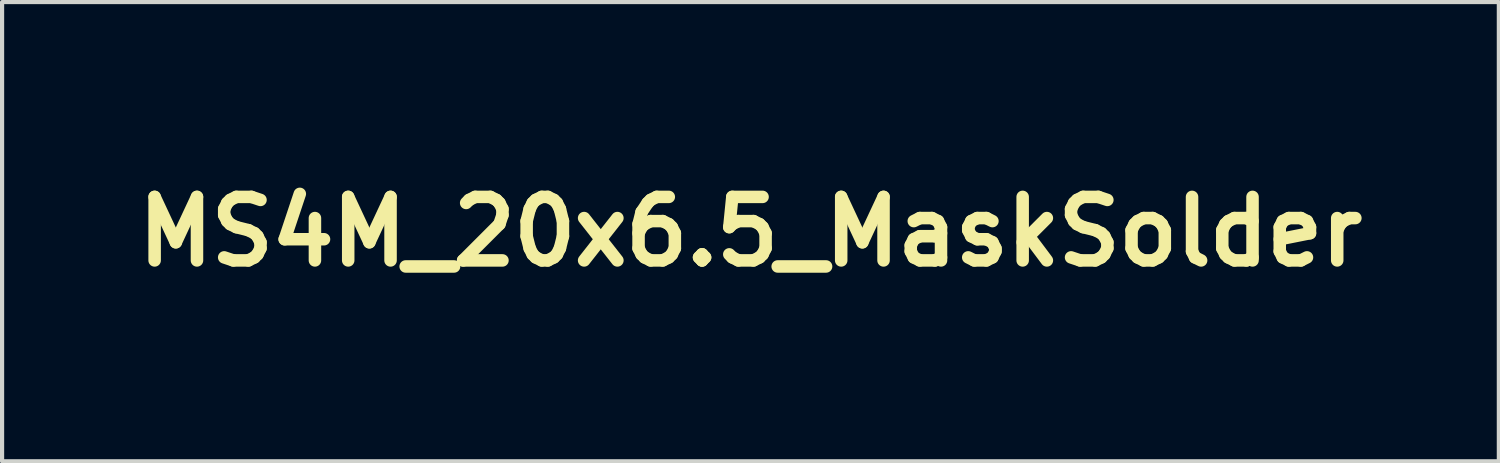
<source format=kicad_pcb>
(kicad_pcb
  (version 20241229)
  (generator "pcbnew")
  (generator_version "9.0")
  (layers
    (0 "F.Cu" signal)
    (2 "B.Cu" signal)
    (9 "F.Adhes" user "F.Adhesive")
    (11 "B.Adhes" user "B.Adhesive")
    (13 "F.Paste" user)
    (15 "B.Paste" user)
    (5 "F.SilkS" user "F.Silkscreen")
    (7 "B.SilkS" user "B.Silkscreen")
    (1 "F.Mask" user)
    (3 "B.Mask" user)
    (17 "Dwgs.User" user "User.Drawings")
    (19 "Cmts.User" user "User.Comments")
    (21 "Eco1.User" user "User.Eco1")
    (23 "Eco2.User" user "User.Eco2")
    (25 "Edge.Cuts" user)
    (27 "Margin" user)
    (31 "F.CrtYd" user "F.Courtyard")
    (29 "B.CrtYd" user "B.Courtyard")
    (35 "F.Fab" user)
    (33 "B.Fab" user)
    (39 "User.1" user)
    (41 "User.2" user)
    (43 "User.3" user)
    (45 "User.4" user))
  (footprint "MS4M_20x6.5_MaskSolder"
    (layer "F.Cu")
    (at 14.957 2.509)
    (property "Reference" "MS4M_20x6.5_MaskSolder" (at 0 0 0) (layer "F.SilkS") (effects (font (size 1.524 1.524) (thickness 0.3))))
    (attr through_hole)
    (fp_poly (pts (xy 6.949 2.494) (xy 6.837 2.494) (xy 6.547 2.134) (xy 6.257 1.774) (xy 6.256 2.134) (xy 6.256 2.494) (xy 6.116 2.494) (xy 6.116 1.524) (xy 6.231 1.524) (xy 6.519 1.883) (xy 6.808 2.241) (xy 6.808 1.883) (xy 6.809 1.524) (xy 6.949 1.524) (xy 6.949 2.494)) (stroke (width 0.01) (type solid)) (fill yes) (layer "F.Mask"))
    (fp_poly (pts (xy 5.875 2.494) (xy 5.807 2.494) (xy 5.786 2.494) (xy 5.768 2.494) (xy 5.753 2.494) (xy 5.743 2.493) (xy 5.737 2.492) (xy 5.737 2.492) (xy 5.736 2.489) (xy 5.736 2.479) (xy 5.736 2.464) (xy 5.736 2.443) (xy 5.736 2.417) (xy 5.735 2.386) (xy 5.735 2.351) (xy 5.735 2.313) (xy 5.735 2.27) (xy 5.735 2.224) (xy 5.735 2.175) (xy 5.735 2.124) (xy 5.735 2.07) (xy 5.735 2.015) (xy 5.735 1.524) (xy 5.875 1.524) (xy 5.875 2.494)) (stroke (width 0.01) (type solid)) (fill yes) (layer "F.Mask"))
    (fp_poly (pts (xy 1.84 1.644) (xy 1.293 1.644) (xy 1.293 1.983) (xy 1.778 1.983) (xy 1.778 2.1) (xy 1.536 2.101) (xy 1.294 2.102) (xy 1.294 2.298) (xy 1.293 2.494) (xy 1.225 2.494) (xy 1.205 2.494) (xy 1.186 2.494) (xy 1.171 2.494) (xy 1.161 2.493) (xy 1.155 2.492) (xy 1.155 2.492) (xy 1.155 2.489) (xy 1.154 2.479) (xy 1.154 2.464) (xy 1.154 2.443) (xy 1.154 2.417) (xy 1.154 2.386) (xy 1.153 2.351) (xy 1.153 2.313) (xy 1.153 2.27) (xy 1.153 2.224) (xy 1.153 2.175) (xy 1.153 2.124) (xy 1.153 2.07) (xy 1.153 2.015) (xy 1.153 1.524) (xy 1.84 1.524) (xy 1.84 1.644)) (stroke (width 0.01) (type solid)) (fill yes) (layer "F.Mask"))
    (fp_poly (pts (xy 3.501 -1.458) (xy 3.502 -1.397) (xy 3.502 -1.338) (xy 3.502 -1.281) (xy 3.502 -1.227) (xy 3.502 -1.175) (xy 3.502 -1.126) (xy 3.502 -1.081) (xy 3.502 -1.039) (xy 3.502 -1.001) (xy 3.502 -0.968) (xy 3.502 -0.939) (xy 3.502 -0.916) (xy 3.501 -0.898) (xy 3.501 -0.885) (xy 3.501 -0.879) (xy 3.501 -0.878) (xy 3.501 -0.877) (xy 3.499 -0.876) (xy 3.496 -0.875) (xy 3.491 -0.875) (xy 3.483 -0.874) (xy 3.473 -0.874) (xy 3.459 -0.873) (xy 3.441 -0.873) (xy 3.419 -0.873) (xy 3.392 -0.873) (xy 3.36 -0.873) (xy 3.322 -0.873) (xy 3.299 -0.873) (xy 3.097 -0.873) (xy 3.097 -2.032) (xy 3.501 -2.032) (xy 3.501 -1.458)) (stroke (width 0.01) (type solid)) (fill yes) (layer "F.Mask"))
    (fp_poly (pts (xy 3.317 -2.502) (xy 3.331 -2.502) (xy 3.342 -2.501) (xy 3.352 -2.499) (xy 3.362 -2.496) (xy 3.369 -2.493) (xy 3.403 -2.479) (xy 3.432 -2.46) (xy 3.457 -2.437) (xy 3.477 -2.412) (xy 3.493 -2.384) (xy 3.503 -2.357) (xy 3.508 -2.327) (xy 3.509 -2.307) (xy 3.506 -2.275) (xy 3.499 -2.245) (xy 3.486 -2.218) (xy 3.468 -2.192) (xy 3.451 -2.174) (xy 3.424 -2.15) (xy 3.395 -2.133) (xy 3.364 -2.121) (xy 3.355 -2.118) (xy 3.335 -2.115) (xy 3.312 -2.112) (xy 3.29 -2.112) (xy 3.27 -2.113) (xy 3.264 -2.114) (xy 3.229 -2.122) (xy 3.197 -2.136) (xy 3.169 -2.154) (xy 3.145 -2.175) (xy 3.123 -2.202) (xy 3.106 -2.231) (xy 3.094 -2.261) (xy 3.089 -2.291) (xy 3.089 -2.322) (xy 3.094 -2.353) (xy 3.104 -2.382) (xy 3.119 -2.41) (xy 3.138 -2.435) (xy 3.163 -2.458) (xy 3.192 -2.477) (xy 3.225 -2.492) (xy 3.229 -2.493) (xy 3.24 -2.497) (xy 3.25 -2.5) (xy 3.261 -2.501) (xy 3.273 -2.502) (xy 3.289 -2.502) (xy 3.299 -2.502) (xy 3.317 -2.502)) (stroke (width 0.01) (type solid)) (fill yes) (layer "F.Mask"))
    (fp_poly (pts (xy 7.851 1.644) (xy 7.304 1.644) (xy 7.304 1.941) (xy 7.789 1.941) (xy 7.789 2.061) (xy 7.304 2.061) (xy 7.305 2.217) (xy 7.306 2.372) (xy 7.579 2.373) (xy 7.621 2.373) (xy 7.661 2.373) (xy 7.699 2.373) (xy 7.734 2.374) (xy 7.766 2.374) (xy 7.794 2.374) (xy 7.818 2.374) (xy 7.837 2.374) (xy 7.852 2.374) (xy 7.86 2.374) (xy 7.862 2.374) (xy 7.871 2.374) (xy 7.87 2.433) (xy 7.869 2.493) (xy 7.167 2.494) (xy 7.167 2.012) (xy 7.166 1.957) (xy 7.166 1.903) (xy 7.166 1.852) (xy 7.166 1.802) (xy 7.166 1.756) (xy 7.166 1.713) (xy 7.166 1.673) (xy 7.166 1.638) (xy 7.166 1.607) (xy 7.166 1.58) (xy 7.166 1.558) (xy 7.167 1.542) (xy 7.167 1.532) (xy 7.167 1.527) (xy 7.167 1.527) (xy 7.17 1.527) (xy 7.18 1.526) (xy 7.197 1.526) (xy 7.219 1.525) (xy 7.248 1.525) (xy 7.284 1.525) (xy 7.325 1.524) (xy 7.373 1.524) (xy 7.427 1.524) (xy 7.486 1.524) (xy 7.51 1.524) (xy 7.851 1.524) (xy 7.851 1.644)) (stroke (width 0.01) (type solid)) (fill yes) (layer "F.Mask"))
    (fp_poly (pts (xy 2.872 -0.873) (xy 2.498 -0.873) (xy 2.497 -1.391) (xy 2.496 -1.909) (xy 2.326 -1.615) (xy 2.156 -1.32) (xy 1.869 -1.32) (xy 1.699 -1.615) (xy 1.529 -1.909) (xy 1.527 -0.873) (xy 1.342 -0.873) (xy 1.3 -0.873) (xy 1.265 -0.873) (xy 1.236 -0.873) (xy 1.212 -0.873) (xy 1.192 -0.874) (xy 1.178 -0.874) (xy 1.167 -0.875) (xy 1.16 -0.875) (xy 1.155 -0.876) (xy 1.154 -0.877) (xy 1.154 -0.88) (xy 1.154 -0.89) (xy 1.154 -0.906) (xy 1.154 -0.927) (xy 1.154 -0.954) (xy 1.154 -0.986) (xy 1.154 -1.022) (xy 1.153 -1.063) (xy 1.153 -1.109) (xy 1.153 -1.158) (xy 1.153 -1.211) (xy 1.153 -1.267) (xy 1.153 -1.326) (xy 1.153 -1.388) (xy 1.153 -1.452) (xy 1.153 -1.518) (xy 1.154 -1.587) (xy 1.154 -1.627) (xy 1.154 -2.372) (xy 1.687 -2.372) (xy 1.849 -2.092) (xy 1.872 -2.052) (xy 1.893 -2.015) (xy 1.914 -1.979) (xy 1.933 -1.946) (xy 1.951 -1.915) (xy 1.967 -1.888) (xy 1.981 -1.864) (xy 1.992 -1.844) (xy 2.002 -1.829) (xy 2.008 -1.818) (xy 2.012 -1.812) (xy 2.012 -1.811) (xy 2.014 -1.814) (xy 2.019 -1.822) (xy 2.027 -1.834) (xy 2.037 -1.852) (xy 2.05 -1.873) (xy 2.064 -1.899) (xy 2.081 -1.927) (xy 2.099 -1.959) (xy 2.119 -1.993) (xy 2.14 -2.03) (xy 2.163 -2.068) (xy 2.176 -2.092) (xy 2.339 -2.374) (xy 2.872 -2.374) (xy 2.872 -0.873)) (stroke (width 0.01) (type solid)) (fill yes) (layer "F.Mask"))
    (fp_poly (pts (xy 4.771 1.85) (xy 4.796 1.893) (xy 4.82 1.934) (xy 4.844 1.974) (xy 4.866 2.011) (xy 4.886 2.046) (xy 4.905 2.078) (xy 4.922 2.106) (xy 4.937 2.132) (xy 4.95 2.153) (xy 4.96 2.17) (xy 4.967 2.182) (xy 4.971 2.189) (xy 4.972 2.191) (xy 4.981 2.204) (xy 5.179 1.864) (xy 5.378 1.524) (xy 5.436 1.524) (xy 5.494 1.524) (xy 5.494 2.494) (xy 5.36 2.494) (xy 5.358 1.791) (xy 5.194 2.067) (xy 5.171 2.106) (xy 5.148 2.144) (xy 5.127 2.18) (xy 5.106 2.214) (xy 5.088 2.246) (xy 5.071 2.274) (xy 5.056 2.299) (xy 5.043 2.321) (xy 5.032 2.338) (xy 5.025 2.351) (xy 5.02 2.358) (xy 5.019 2.36) (xy 5.008 2.377) (xy 4.947 2.377) (xy 4.773 2.087) (xy 4.749 2.048) (xy 4.727 2.01) (xy 4.705 1.973) (xy 4.684 1.94) (xy 4.666 1.909) (xy 4.649 1.881) (xy 4.634 1.856) (xy 4.621 1.835) (xy 4.611 1.819) (xy 4.603 1.807) (xy 4.599 1.8) (xy 4.597 1.798) (xy 4.597 1.801) (xy 4.597 1.81) (xy 4.596 1.825) (xy 4.596 1.845) (xy 4.596 1.87) (xy 4.596 1.9) (xy 4.595 1.933) (xy 4.595 1.97) (xy 4.595 2.01) (xy 4.595 2.053) (xy 4.595 2.098) (xy 4.595 2.145) (xy 4.595 2.494) (xy 4.53 2.494) (xy 4.51 2.494) (xy 4.493 2.494) (xy 4.478 2.494) (xy 4.468 2.493) (xy 4.464 2.492) (xy 4.463 2.492) (xy 4.463 2.489) (xy 4.463 2.479) (xy 4.463 2.464) (xy 4.463 2.443) (xy 4.462 2.417) (xy 4.462 2.386) (xy 4.462 2.351) (xy 4.462 2.313) (xy 4.462 2.27) (xy 4.462 2.224) (xy 4.461 2.175) (xy 4.461 2.124) (xy 4.461 2.07) (xy 4.461 2.015) (xy 4.461 2.007) (xy 4.461 1.524) (xy 4.577 1.524) (xy 4.771 1.85)) (stroke (width 0.01) (type solid)) (fill yes) (layer "F.Mask"))
    (fp_poly (pts (xy 4.463 -0.219) (xy 4.505 -0.216) (xy 4.544 -0.211) (xy 4.582 -0.204) (xy 4.62 -0.195) (xy 4.652 -0.185) (xy 4.708 -0.164) (xy 4.761 -0.137) (xy 4.81 -0.106) (xy 4.855 -0.07) (xy 4.896 -0.031) (xy 4.932 0.012) (xy 4.963 0.059) (xy 4.989 0.108) (xy 5.009 0.161) (xy 5.013 0.175) (xy 5.016 0.185) (xy 5.019 0.194) (xy 5.021 0.203) (xy 5.023 0.212) (xy 5.025 0.22) (xy 5.026 0.23) (xy 5.028 0.24) (xy 5.029 0.252) (xy 5.03 0.266) (xy 5.031 0.282) (xy 5.031 0.3) (xy 5.032 0.322) (xy 5.032 0.347) (xy 5.032 0.377) (xy 5.033 0.41) (xy 5.033 0.449) (xy 5.033 0.492) (xy 5.033 0.542) (xy 5.033 0.597) (xy 5.033 0.61) (xy 5.035 0.961) (xy 4.627 0.961) (xy 4.627 0.59) (xy 4.626 0.22) (xy 4.618 0.2) (xy 4.603 0.167) (xy 4.582 0.139) (xy 4.557 0.115) (xy 4.528 0.095) (xy 4.495 0.081) (xy 4.489 0.079) (xy 4.476 0.077) (xy 4.458 0.075) (xy 4.437 0.074) (xy 4.415 0.073) (xy 4.394 0.073) (xy 4.374 0.075) (xy 4.358 0.077) (xy 4.354 0.078) (xy 4.333 0.084) (xy 4.311 0.094) (xy 4.291 0.106) (xy 4.275 0.118) (xy 4.256 0.136) (xy 4.24 0.159) (xy 4.226 0.184) (xy 4.218 0.203) (xy 4.209 0.23) (xy 4.207 0.961) (xy 3.803 0.961) (xy 3.803 0.62) (xy 3.803 0.563) (xy 3.804 0.512) (xy 3.804 0.466) (xy 3.804 0.426) (xy 3.804 0.391) (xy 3.804 0.36) (xy 3.805 0.334) (xy 3.805 0.31) (xy 3.806 0.29) (xy 3.807 0.273) (xy 3.808 0.258) (xy 3.809 0.245) (xy 3.81 0.234) (xy 3.812 0.223) (xy 3.814 0.213) (xy 3.816 0.204) (xy 3.818 0.194) (xy 3.821 0.184) (xy 3.823 0.178) (xy 3.842 0.124) (xy 3.866 0.073) (xy 3.895 0.025) (xy 3.93 -0.019) (xy 3.97 -0.06) (xy 4.015 -0.097) (xy 4.064 -0.13) (xy 4.113 -0.156) (xy 4.16 -0.176) (xy 4.208 -0.193) (xy 4.256 -0.205) (xy 4.307 -0.213) (xy 4.361 -0.218) (xy 4.416 -0.219) (xy 4.463 -0.219)) (stroke (width 0.01) (type solid)) (fill yes) (layer "F.Mask"))
    (fp_poly (pts (xy 4.34 -2.052) (xy 4.366 -2.052) (xy 4.39 -2.051) (xy 4.41 -2.05) (xy 4.419 -2.049) (xy 4.483 -2.037) (xy 4.544 -2.021) (xy 4.601 -2) (xy 4.655 -1.974) (xy 4.705 -1.944) (xy 4.751 -1.909) (xy 4.792 -1.871) (xy 4.828 -1.828) (xy 4.86 -1.782) (xy 4.886 -1.732) (xy 4.907 -1.68) (xy 4.916 -1.651) (xy 4.919 -1.641) (xy 4.921 -1.631) (xy 4.924 -1.623) (xy 4.926 -1.614) (xy 4.927 -1.605) (xy 4.929 -1.595) (xy 4.93 -1.585) (xy 4.931 -1.573) (xy 4.932 -1.559) (xy 4.933 -1.542) (xy 4.933 -1.523) (xy 4.934 -1.501) (xy 4.934 -1.475) (xy 4.935 -1.445) (xy 4.935 -1.411) (xy 4.935 -1.371) (xy 4.935 -1.327) (xy 4.936 -1.277) (xy 4.936 -1.221) (xy 4.936 -1.22) (xy 4.937 -0.873) (xy 4.53 -0.873) (xy 4.529 -1.242) (xy 4.528 -1.61) (xy 4.519 -1.632) (xy 4.503 -1.666) (xy 4.483 -1.695) (xy 4.458 -1.719) (xy 4.429 -1.738) (xy 4.397 -1.752) (xy 4.395 -1.753) (xy 4.385 -1.756) (xy 4.375 -1.758) (xy 4.364 -1.759) (xy 4.35 -1.76) (xy 4.333 -1.76) (xy 4.32 -1.76) (xy 4.299 -1.76) (xy 4.283 -1.759) (xy 4.271 -1.759) (xy 4.26 -1.757) (xy 4.251 -1.755) (xy 4.245 -1.753) (xy 4.212 -1.739) (xy 4.183 -1.72) (xy 4.158 -1.697) (xy 4.138 -1.669) (xy 4.123 -1.638) (xy 4.116 -1.616) (xy 4.115 -1.612) (xy 4.114 -1.608) (xy 4.113 -1.603) (xy 4.113 -1.598) (xy 4.112 -1.59) (xy 4.112 -1.582) (xy 4.111 -1.571) (xy 4.111 -1.558) (xy 4.11 -1.541) (xy 4.11 -1.522) (xy 4.11 -1.499) (xy 4.11 -1.472) (xy 4.11 -1.441) (xy 4.11 -1.404) (xy 4.11 -1.363) (xy 4.11 -1.316) (xy 4.11 -1.263) (xy 4.11 -1.232) (xy 4.11 -0.873) (xy 3.703 -0.873) (xy 3.703 -1.198) (xy 3.703 -1.255) (xy 3.703 -1.306) (xy 3.703 -1.351) (xy 3.703 -1.39) (xy 3.703 -1.425) (xy 3.703 -1.456) (xy 3.704 -1.483) (xy 3.704 -1.506) (xy 3.705 -1.526) (xy 3.706 -1.543) (xy 3.707 -1.558) (xy 3.708 -1.571) (xy 3.709 -1.583) (xy 3.711 -1.593) (xy 3.712 -1.604) (xy 3.714 -1.613) (xy 3.716 -1.621) (xy 3.726 -1.661) (xy 3.74 -1.702) (xy 3.757 -1.74) (xy 3.775 -1.776) (xy 3.782 -1.786) (xy 3.815 -1.834) (xy 3.854 -1.877) (xy 3.897 -1.917) (xy 3.945 -1.951) (xy 3.997 -1.981) (xy 4.053 -2.006) (xy 4.112 -2.026) (xy 4.175 -2.041) (xy 4.22 -2.049) (xy 4.237 -2.05) (xy 4.259 -2.051) (xy 4.285 -2.052) (xy 4.312 -2.053) (xy 4.34 -2.052)) (stroke (width 0.01) (type solid)) (fill yes) (layer "F.Mask"))
    (fp_poly (pts (xy 2.41 1.516) (xy 2.43 1.516) (xy 2.447 1.517) (xy 2.46 1.518) (xy 2.472 1.519) (xy 2.483 1.52) (xy 2.494 1.523) (xy 2.498 1.523) (xy 2.556 1.539) (xy 2.611 1.56) (xy 2.661 1.585) (xy 2.707 1.616) (xy 2.748 1.651) (xy 2.785 1.69) (xy 2.818 1.733) (xy 2.845 1.781) (xy 2.867 1.832) (xy 2.884 1.887) (xy 2.891 1.916) (xy 2.894 1.938) (xy 2.896 1.964) (xy 2.897 1.993) (xy 2.897 2.024) (xy 2.895 2.053) (xy 2.893 2.081) (xy 2.89 2.104) (xy 2.889 2.11) (xy 2.874 2.166) (xy 2.853 2.219) (xy 2.828 2.268) (xy 2.797 2.313) (xy 2.762 2.353) (xy 2.722 2.39) (xy 2.678 2.422) (xy 2.63 2.449) (xy 2.579 2.471) (xy 2.523 2.488) (xy 2.465 2.499) (xy 2.452 2.501) (xy 2.434 2.502) (xy 2.411 2.503) (xy 2.386 2.504) (xy 2.36 2.503) (xy 2.336 2.502) (xy 2.316 2.501) (xy 2.313 2.501) (xy 2.256 2.491) (xy 2.202 2.476) (xy 2.15 2.455) (xy 2.102 2.429) (xy 2.058 2.399) (xy 2.017 2.364) (xy 1.98 2.325) (xy 1.948 2.282) (xy 1.921 2.235) (xy 1.899 2.185) (xy 1.884 2.136) (xy 1.878 2.108) (xy 1.873 2.081) (xy 1.87 2.054) (xy 1.869 2.024) (xy 1.869 2.009) (xy 1.869 2.005) (xy 2.008 2.005) (xy 2.01 2.044) (xy 2.017 2.093) (xy 2.03 2.14) (xy 2.048 2.183) (xy 2.072 2.223) (xy 2.101 2.26) (xy 2.134 2.292) (xy 2.171 2.32) (xy 2.212 2.343) (xy 2.258 2.361) (xy 2.283 2.368) (xy 2.33 2.377) (xy 2.379 2.38) (xy 2.427 2.378) (xy 2.447 2.376) (xy 2.495 2.365) (xy 2.54 2.349) (xy 2.582 2.328) (xy 2.62 2.302) (xy 2.654 2.272) (xy 2.684 2.237) (xy 2.709 2.199) (xy 2.73 2.158) (xy 2.745 2.113) (xy 2.754 2.065) (xy 2.758 2.016) (xy 2.758 2.009) (xy 2.755 1.959) (xy 2.746 1.911) (xy 2.732 1.866) (xy 2.713 1.823) (xy 2.688 1.785) (xy 2.659 1.75) (xy 2.626 1.719) (xy 2.589 1.693) (xy 2.548 1.672) (xy 2.504 1.655) (xy 2.457 1.644) (xy 2.408 1.639) (xy 2.386 1.638) (xy 2.334 1.641) (xy 2.285 1.65) (xy 2.239 1.664) (xy 2.196 1.683) (xy 2.156 1.708) (xy 2.12 1.738) (xy 2.088 1.772) (xy 2.083 1.779) (xy 2.056 1.819) (xy 2.036 1.862) (xy 2.021 1.907) (xy 2.011 1.955) (xy 2.008 2.005) (xy 1.869 2.005) (xy 1.872 1.95) (xy 1.881 1.894) (xy 1.896 1.841) (xy 1.916 1.791) (xy 1.943 1.743) (xy 1.976 1.697) (xy 1.982 1.69) (xy 2.018 1.651) (xy 2.06 1.617) (xy 2.105 1.586) (xy 2.155 1.561) (xy 2.209 1.54) (xy 2.266 1.524) (xy 2.27 1.523) (xy 2.281 1.521) (xy 2.292 1.519) (xy 2.303 1.518) (xy 2.316 1.517) (xy 2.331 1.516) (xy 2.351 1.516) (xy 2.375 1.516) (xy 2.384 1.516) (xy 2.41 1.516)) (stroke (width 0.01) (type solid)) (fill yes) (layer "F.Mask"))
    (fp_poly (pts (xy 8.223 1.525) (xy 8.269 1.525) (xy 8.309 1.525) (xy 8.344 1.526) (xy 8.374 1.526) (xy 8.4 1.527) (xy 8.421 1.527) (xy 8.44 1.528) (xy 8.456 1.529) (xy 8.469 1.53) (xy 8.482 1.532) (xy 8.493 1.534) (xy 8.503 1.536) (xy 8.514 1.539) (xy 8.525 1.542) (xy 8.536 1.545) (xy 8.579 1.56) (xy 8.617 1.578) (xy 8.651 1.599) (xy 8.682 1.625) (xy 8.684 1.626) (xy 8.713 1.658) (xy 8.738 1.694) (xy 8.756 1.732) (xy 8.769 1.774) (xy 8.777 1.819) (xy 8.778 1.84) (xy 8.778 1.889) (xy 8.772 1.936) (xy 8.761 1.979) (xy 8.744 2.019) (xy 8.721 2.055) (xy 8.694 2.088) (xy 8.661 2.117) (xy 8.623 2.142) (xy 8.604 2.151) (xy 8.568 2.17) (xy 8.586 2.196) (xy 8.592 2.204) (xy 8.601 2.217) (xy 8.613 2.233) (xy 8.627 2.253) (xy 8.643 2.276) (xy 8.661 2.301) (xy 8.679 2.328) (xy 8.699 2.355) (xy 8.7 2.358) (xy 8.796 2.493) (xy 8.722 2.494) (xy 8.696 2.494) (xy 8.677 2.494) (xy 8.662 2.493) (xy 8.652 2.493) (xy 8.646 2.492) (xy 8.644 2.49) (xy 8.641 2.487) (xy 8.635 2.479) (xy 8.626 2.466) (xy 8.614 2.45) (xy 8.6 2.43) (xy 8.584 2.408) (xy 8.567 2.383) (xy 8.548 2.356) (xy 8.538 2.342) (xy 8.436 2.197) (xy 8.288 2.198) (xy 8.258 2.198) (xy 8.229 2.198) (xy 8.203 2.198) (xy 8.181 2.199) (xy 8.162 2.199) (xy 8.148 2.199) (xy 8.14 2.2) (xy 8.137 2.2) (xy 8.137 2.203) (xy 8.136 2.213) (xy 8.136 2.227) (xy 8.135 2.247) (xy 8.135 2.269) (xy 8.135 2.296) (xy 8.135 2.324) (xy 8.135 2.348) (xy 8.135 2.494) (xy 7.998 2.494) (xy 7.998 1.963) (xy 8.135 1.963) (xy 8.135 1.993) (xy 8.135 2.019) (xy 8.135 2.041) (xy 8.135 2.058) (xy 8.136 2.07) (xy 8.136 2.076) (xy 8.136 2.077) (xy 8.14 2.078) (xy 8.149 2.079) (xy 8.163 2.079) (xy 8.181 2.08) (xy 8.203 2.08) (xy 8.227 2.081) (xy 8.253 2.081) (xy 8.279 2.081) (xy 8.306 2.081) (xy 8.332 2.081) (xy 8.357 2.08) (xy 8.379 2.08) (xy 8.398 2.079) (xy 8.414 2.078) (xy 8.421 2.077) (xy 8.464 2.071) (xy 8.503 2.06) (xy 8.538 2.045) (xy 8.567 2.026) (xy 8.592 2.003) (xy 8.611 1.976) (xy 8.617 1.966) (xy 8.627 1.941) (xy 8.634 1.917) (xy 8.638 1.892) (xy 8.639 1.863) (xy 8.638 1.851) (xy 8.634 1.813) (xy 8.626 1.779) (xy 8.612 1.749) (xy 8.594 1.723) (xy 8.57 1.701) (xy 8.54 1.682) (xy 8.533 1.678) (xy 8.517 1.671) (xy 8.502 1.665) (xy 8.485 1.659) (xy 8.468 1.655) (xy 8.448 1.652) (xy 8.426 1.649) (xy 8.401 1.647) (xy 8.372 1.646) (xy 8.339 1.645) (xy 8.3 1.645) (xy 8.258 1.645) (xy 8.136 1.646) (xy 8.135 1.859) (xy 8.135 1.896) (xy 8.135 1.931) (xy 8.135 1.963) (xy 7.998 1.963) (xy 7.998 1.524) (xy 8.223 1.525)) (stroke (width 0.01) (type solid)) (fill yes) (layer "F.Mask"))
    (fp_poly (pts (xy 5.73 -2.052) (xy 5.794 -2.045) (xy 5.856 -2.034) (xy 5.871 -2.03) (xy 5.929 -2.012) (xy 5.985 -1.988) (xy 6.037 -1.959) (xy 6.085 -1.926) (xy 6.13 -1.888) (xy 6.17 -1.846) (xy 6.205 -1.8) (xy 6.226 -1.766) (xy 6.249 -1.719) (xy 6.269 -1.668) (xy 6.285 -1.614) (xy 6.296 -1.558) (xy 6.297 -1.551) (xy 6.299 -1.53) (xy 6.3 -1.505) (xy 6.301 -1.477) (xy 6.302 -1.448) (xy 6.301 -1.42) (xy 6.3 -1.395) (xy 6.299 -1.376) (xy 6.296 -1.353) (xy 5.877 -1.352) (xy 5.457 -1.351) (xy 5.459 -1.342) (xy 5.464 -1.328) (xy 5.472 -1.311) (xy 5.482 -1.293) (xy 5.493 -1.276) (xy 5.498 -1.269) (xy 5.523 -1.241) (xy 5.554 -1.217) (xy 5.588 -1.197) (xy 5.627 -1.183) (xy 5.67 -1.173) (xy 5.703 -1.169) (xy 5.757 -1.168) (xy 5.808 -1.173) (xy 5.856 -1.183) (xy 5.901 -1.2) (xy 5.945 -1.223) (xy 5.985 -1.251) (xy 5.989 -1.255) (xy 5.998 -1.261) (xy 6.004 -1.265) (xy 6.006 -1.266) (xy 6.008 -1.263) (xy 6.012 -1.255) (xy 6.02 -1.243) (xy 6.029 -1.226) (xy 6.041 -1.206) (xy 6.054 -1.183) (xy 6.069 -1.158) (xy 6.084 -1.131) (xy 6.086 -1.129) (xy 6.164 -0.992) (xy 6.146 -0.978) (xy 6.103 -0.949) (xy 6.056 -0.923) (xy 6.004 -0.902) (xy 5.948 -0.884) (xy 5.889 -0.871) (xy 5.85 -0.865) (xy 5.83 -0.862) (xy 5.805 -0.861) (xy 5.776 -0.859) (xy 5.747 -0.858) (xy 5.717 -0.858) (xy 5.689 -0.858) (xy 5.665 -0.859) (xy 5.646 -0.86) (xy 5.577 -0.869) (xy 5.511 -0.883) (xy 5.448 -0.902) (xy 5.39 -0.925) (xy 5.335 -0.953) (xy 5.285 -0.985) (xy 5.239 -1.022) (xy 5.197 -1.062) (xy 5.16 -1.106) (xy 5.128 -1.154) (xy 5.101 -1.205) (xy 5.079 -1.259) (xy 5.063 -1.316) (xy 5.053 -1.376) (xy 5.048 -1.438) (xy 5.047 -1.457) (xy 5.051 -1.521) (xy 5.057 -1.566) (xy 5.448 -1.566) (xy 5.684 -1.566) (xy 5.729 -1.566) (xy 5.768 -1.566) (xy 5.801 -1.566) (xy 5.829 -1.566) (xy 5.852 -1.567) (xy 5.871 -1.567) (xy 5.886 -1.567) (xy 5.898 -1.567) (xy 5.906 -1.568) (xy 5.912 -1.568) (xy 5.916 -1.569) (xy 5.919 -1.57) (xy 5.92 -1.571) (xy 5.92 -1.572) (xy 5.92 -1.573) (xy 5.919 -1.581) (xy 5.915 -1.594) (xy 5.91 -1.609) (xy 5.905 -1.624) (xy 5.898 -1.639) (xy 5.893 -1.649) (xy 5.872 -1.68) (xy 5.846 -1.707) (xy 5.816 -1.729) (xy 5.782 -1.746) (xy 5.755 -1.756) (xy 5.734 -1.76) (xy 5.709 -1.762) (xy 5.683 -1.763) (xy 5.657 -1.762) (xy 5.633 -1.759) (xy 5.622 -1.757) (xy 5.586 -1.745) (xy 5.553 -1.728) (xy 5.524 -1.705) (xy 5.498 -1.677) (xy 5.477 -1.646) (xy 5.461 -1.61) (xy 5.455 -1.589) (xy 5.448 -1.566) (xy 5.057 -1.566) (xy 5.06 -1.582) (xy 5.075 -1.641) (xy 5.095 -1.697) (xy 5.121 -1.75) (xy 5.153 -1.8) (xy 5.189 -1.846) (xy 5.231 -1.888) (xy 5.277 -1.926) (xy 5.328 -1.96) (xy 5.384 -1.99) (xy 5.424 -2.007) (xy 5.481 -2.026) (xy 5.54 -2.04) (xy 5.603 -2.049) (xy 5.666 -2.053) (xy 5.73 -2.052)) (stroke (width 0.01) (type solid)) (fill yes) (layer "F.Mask"))
    (fp_poly (pts (xy 3.238 1.525) (xy 3.283 1.525) (xy 3.322 1.525) (xy 3.356 1.526) (xy 3.385 1.526) (xy 3.409 1.527) (xy 3.429 1.527) (xy 3.446 1.527) (xy 3.46 1.528) (xy 3.471 1.529) (xy 3.48 1.53) (xy 3.487 1.53) (xy 3.493 1.532) (xy 3.494 1.532) (xy 3.547 1.544) (xy 3.594 1.561) (xy 3.636 1.581) (xy 3.673 1.605) (xy 3.705 1.633) (xy 3.731 1.662) (xy 3.753 1.697) (xy 3.771 1.736) (xy 3.783 1.777) (xy 3.791 1.82) (xy 3.793 1.864) (xy 3.79 1.907) (xy 3.782 1.95) (xy 3.769 1.992) (xy 3.751 2.031) (xy 3.748 2.037) (xy 3.729 2.062) (xy 3.706 2.088) (xy 3.68 2.112) (xy 3.651 2.133) (xy 3.622 2.15) (xy 3.605 2.158) (xy 3.594 2.163) (xy 3.586 2.168) (xy 3.583 2.171) (xy 3.584 2.171) (xy 3.586 2.174) (xy 3.591 2.182) (xy 3.6 2.195) (xy 3.611 2.211) (xy 3.625 2.231) (xy 3.641 2.254) (xy 3.658 2.279) (xy 3.677 2.306) (xy 3.694 2.33) (xy 3.714 2.358) (xy 3.733 2.385) (xy 3.751 2.41) (xy 3.766 2.432) (xy 3.78 2.451) (xy 3.791 2.467) (xy 3.799 2.479) (xy 3.804 2.487) (xy 3.806 2.489) (xy 3.805 2.491) (xy 3.803 2.492) (xy 3.799 2.493) (xy 3.791 2.494) (xy 3.778 2.494) (xy 3.761 2.494) (xy 3.738 2.494) (xy 3.733 2.494) (xy 3.659 2.494) (xy 3.554 2.345) (xy 3.535 2.318) (xy 3.516 2.292) (xy 3.499 2.268) (xy 3.484 2.247) (xy 3.471 2.229) (xy 3.46 2.214) (xy 3.452 2.204) (xy 3.447 2.198) (xy 3.446 2.197) (xy 3.442 2.197) (xy 3.432 2.197) (xy 3.417 2.197) (xy 3.398 2.197) (xy 3.374 2.197) (xy 3.348 2.197) (xy 3.319 2.198) (xy 3.295 2.198) (xy 3.149 2.198) (xy 3.149 2.494) (xy 3.081 2.494) (xy 3.061 2.494) (xy 3.043 2.494) (xy 3.028 2.494) (xy 3.017 2.493) (xy 3.012 2.492) (xy 3.011 2.492) (xy 3.011 2.489) (xy 3.011 2.479) (xy 3.01 2.464) (xy 3.01 2.443) (xy 3.01 2.417) (xy 3.01 2.386) (xy 3.01 2.351) (xy 3.009 2.313) (xy 3.009 2.27) (xy 3.009 2.224) (xy 3.009 2.175) (xy 3.009 2.124) (xy 3.009 2.07) (xy 3.009 2.015) (xy 3.009 2.007) (xy 3.009 1.644) (xy 3.149 1.644) (xy 3.149 2.081) (xy 3.276 2.081) (xy 3.306 2.081) (xy 3.335 2.08) (xy 3.362 2.08) (xy 3.386 2.08) (xy 3.407 2.079) (xy 3.424 2.078) (xy 3.434 2.077) (xy 3.435 2.077) (xy 3.479 2.07) (xy 3.519 2.059) (xy 3.554 2.044) (xy 3.583 2.024) (xy 3.607 2) (xy 3.627 1.973) (xy 3.641 1.941) (xy 3.643 1.936) (xy 3.646 1.924) (xy 3.649 1.914) (xy 3.651 1.902) (xy 3.651 1.888) (xy 3.652 1.87) (xy 3.652 1.866) (xy 3.652 1.841) (xy 3.65 1.821) (xy 3.647 1.804) (xy 3.643 1.787) (xy 3.636 1.77) (xy 3.632 1.762) (xy 3.615 1.735) (xy 3.594 1.71) (xy 3.567 1.69) (xy 3.536 1.673) (xy 3.501 1.66) (xy 3.493 1.658) (xy 3.478 1.655) (xy 3.464 1.652) (xy 3.448 1.65) (xy 3.43 1.648) (xy 3.41 1.647) (xy 3.386 1.646) (xy 3.358 1.645) (xy 3.325 1.645) (xy 3.287 1.644) (xy 3.276 1.644) (xy 3.149 1.644) (xy 3.009 1.644) (xy 3.009 1.524) (xy 3.238 1.525)) (stroke (width 0.01) (type solid)) (fill yes) (layer "F.Mask"))
    (fp_poly (pts (xy 3.18 -0.218) (xy 3.243 -0.212) (xy 3.304 -0.2) (xy 3.363 -0.183) (xy 3.419 -0.16) (xy 3.473 -0.133) (xy 3.497 -0.118) (xy 3.546 -0.083) (xy 3.589 -0.044) (xy 3.627 -0.000403) (xy 3.661 0.047) (xy 3.689 0.097) (xy 3.712 0.152) (xy 3.729 0.209) (xy 3.741 0.27) (xy 3.748 0.333) (xy 3.749 0.4) (xy 3.747 0.447) (xy 3.744 0.482) (xy 3.324 0.482) (xy 3.261 0.482) (xy 3.205 0.482) (xy 3.154 0.482) (xy 3.108 0.482) (xy 3.069 0.482) (xy 3.034 0.482) (xy 3.004 0.483) (xy 2.979 0.483) (xy 2.958 0.483) (xy 2.94 0.484) (xy 2.927 0.484) (xy 2.917 0.484) (xy 2.91 0.485) (xy 2.906 0.485) (xy 2.905 0.486) (xy 2.905 0.486) (xy 2.906 0.493) (xy 2.911 0.504) (xy 2.917 0.517) (xy 2.924 0.531) (xy 2.931 0.544) (xy 2.936 0.552) (xy 2.961 0.583) (xy 2.991 0.609) (xy 3.024 0.63) (xy 3.062 0.646) (xy 3.103 0.657) (xy 3.148 0.664) (xy 3.151 0.664) (xy 3.205 0.665) (xy 3.255 0.66) (xy 3.302 0.65) (xy 3.346 0.635) (xy 3.388 0.613) (xy 3.428 0.586) (xy 3.433 0.582) (xy 3.443 0.574) (xy 3.45 0.569) (xy 3.453 0.567) (xy 3.453 0.567) (xy 3.455 0.57) (xy 3.46 0.578) (xy 3.467 0.591) (xy 3.477 0.607) (xy 3.488 0.627) (xy 3.501 0.65) (xy 3.516 0.676) (xy 3.532 0.703) (xy 3.533 0.705) (xy 3.612 0.841) (xy 3.604 0.847) (xy 3.56 0.878) (xy 3.511 0.906) (xy 3.458 0.929) (xy 3.402 0.948) (xy 3.344 0.961) (xy 3.322 0.965) (xy 3.29 0.97) (xy 3.255 0.973) (xy 3.218 0.975) (xy 3.182 0.976) (xy 3.147 0.976) (xy 3.117 0.975) (xy 3.111 0.975) (xy 3.039 0.966) (xy 2.972 0.953) (xy 2.908 0.936) (xy 2.849 0.914) (xy 2.794 0.887) (xy 2.742 0.855) (xy 2.693 0.818) (xy 2.685 0.811) (xy 2.643 0.77) (xy 2.606 0.725) (xy 2.574 0.677) (xy 2.547 0.624) (xy 2.525 0.57) (xy 2.509 0.513) (xy 2.508 0.508) (xy 2.501 0.469) (xy 2.497 0.426) (xy 2.495 0.382) (xy 2.496 0.339) (xy 2.499 0.298) (xy 2.502 0.272) (xy 2.506 0.254) (xy 2.898 0.254) (xy 2.898 0.258) (xy 2.9 0.26) (xy 2.905 0.262) (xy 2.912 0.264) (xy 2.921 0.265) (xy 2.935 0.266) (xy 2.951 0.267) (xy 2.973 0.267) (xy 2.998 0.267) (xy 3.029 0.267) (xy 3.066 0.267) (xy 3.108 0.267) (xy 3.134 0.267) (xy 3.37 0.267) (xy 3.367 0.254) (xy 3.355 0.216) (xy 3.338 0.181) (xy 3.317 0.15) (xy 3.291 0.124) (xy 3.26 0.102) (xy 3.226 0.086) (xy 3.202 0.077) (xy 3.181 0.073) (xy 3.156 0.071) (xy 3.13 0.07) (xy 3.104 0.071) (xy 3.081 0.074) (xy 3.069 0.076) (xy 3.033 0.088) (xy 3 0.106) (xy 2.971 0.129) (xy 2.946 0.156) (xy 2.925 0.188) (xy 2.908 0.225) (xy 2.905 0.234) (xy 2.903 0.24) (xy 2.901 0.246) (xy 2.899 0.25) (xy 2.898 0.254) (xy 2.506 0.254) (xy 2.516 0.211) (xy 2.536 0.152) (xy 2.561 0.097) (xy 2.592 0.046) (xy 2.628 -0.002) (xy 2.668 -0.046) (xy 2.714 -0.085) (xy 2.764 -0.12) (xy 2.816 -0.149) (xy 2.872 -0.174) (xy 2.931 -0.194) (xy 2.992 -0.208) (xy 3.055 -0.217) (xy 3.117 -0.22) (xy 3.18 -0.218)) (stroke (width 0.01) (type solid)) (fill yes) (layer "F.Mask"))
    (fp_poly (pts (xy 6.875 -0.219) (xy 6.907 -0.218) (xy 6.936 -0.215) (xy 6.95 -0.214) (xy 7.016 -0.201) (xy 7.078 -0.184) (xy 7.136 -0.162) (xy 7.189 -0.134) (xy 7.239 -0.102) (xy 7.284 -0.066) (xy 7.325 -0.025) (xy 7.36 0.021) (xy 7.392 0.07) (xy 7.418 0.123) (xy 7.439 0.181) (xy 7.454 0.242) (xy 7.464 0.3) (xy 7.465 0.311) (xy 7.466 0.326) (xy 7.466 0.344) (xy 7.466 0.365) (xy 7.466 0.386) (xy 7.466 0.408) (xy 7.466 0.428) (xy 7.465 0.447) (xy 7.464 0.462) (xy 7.463 0.473) (xy 7.462 0.478) (xy 7.462 0.479) (xy 7.459 0.479) (xy 7.449 0.48) (xy 7.434 0.48) (xy 7.412 0.481) (xy 7.384 0.481) (xy 7.35 0.481) (xy 7.31 0.481) (xy 7.263 0.482) (xy 7.21 0.482) (xy 7.151 0.482) (xy 7.085 0.482) (xy 7.04 0.482) (xy 6.621 0.482) (xy 6.625 0.494) (xy 6.637 0.522) (xy 6.653 0.549) (xy 6.671 0.574) (xy 6.69 0.595) (xy 6.695 0.599) (xy 6.726 0.621) (xy 6.759 0.639) (xy 6.795 0.651) (xy 6.835 0.66) (xy 6.879 0.664) (xy 6.905 0.665) (xy 6.952 0.663) (xy 6.994 0.657) (xy 7.032 0.648) (xy 7.069 0.633) (xy 7.104 0.614) (xy 7.14 0.59) (xy 7.142 0.589) (xy 7.154 0.579) (xy 7.163 0.573) (xy 7.168 0.57) (xy 7.171 0.57) (xy 7.173 0.572) (xy 7.175 0.574) (xy 7.178 0.578) (xy 7.183 0.588) (xy 7.191 0.601) (xy 7.201 0.619) (xy 7.213 0.64) (xy 7.227 0.663) (xy 7.241 0.689) (xy 7.254 0.71) (xy 7.272 0.742) (xy 7.287 0.769) (xy 7.3 0.791) (xy 7.31 0.809) (xy 7.317 0.822) (xy 7.321 0.832) (xy 7.324 0.839) (xy 7.325 0.843) (xy 7.325 0.843) (xy 7.319 0.849) (xy 7.31 0.856) (xy 7.296 0.866) (xy 7.281 0.876) (xy 7.264 0.886) (xy 7.247 0.896) (xy 7.23 0.905) (xy 7.228 0.906) (xy 7.174 0.93) (xy 7.115 0.949) (xy 7.053 0.963) (xy 6.987 0.972) (xy 6.918 0.976) (xy 6.847 0.976) (xy 6.825 0.975) (xy 6.815 0.974) (xy 6.8 0.972) (xy 6.783 0.97) (xy 6.77 0.969) (xy 6.703 0.957) (xy 6.639 0.94) (xy 6.579 0.919) (xy 6.523 0.892) (xy 6.47 0.862) (xy 6.422 0.827) (xy 6.378 0.788) (xy 6.339 0.745) (xy 6.305 0.698) (xy 6.276 0.648) (xy 6.252 0.594) (xy 6.233 0.538) (xy 6.22 0.478) (xy 6.218 0.466) (xy 6.216 0.443) (xy 6.214 0.416) (xy 6.214 0.386) (xy 6.214 0.356) (xy 6.215 0.327) (xy 6.216 0.302) (xy 6.218 0.288) (xy 6.222 0.267) (xy 6.614 0.267) (xy 7.087 0.267) (xy 7.084 0.255) (xy 7.08 0.237) (xy 7.073 0.217) (xy 7.065 0.196) (xy 7.056 0.18) (xy 7.049 0.169) (xy 7.039 0.157) (xy 7.027 0.143) (xy 7.019 0.135) (xy 6.99 0.11) (xy 6.958 0.091) (xy 6.923 0.078) (xy 6.915 0.076) (xy 6.894 0.072) (xy 6.869 0.071) (xy 6.842 0.07) (xy 6.816 0.072) (xy 6.793 0.075) (xy 6.782 0.078) (xy 6.746 0.091) (xy 6.713 0.109) (xy 6.684 0.132) (xy 6.66 0.161) (xy 6.639 0.193) (xy 6.624 0.23) (xy 6.616 0.258) (xy 6.614 0.267) (xy 6.222 0.267) (xy 6.23 0.227) (xy 6.247 0.169) (xy 6.27 0.114) (xy 6.298 0.063) (xy 6.332 0.015) (xy 6.37 -0.029) (xy 6.412 -0.069) (xy 6.459 -0.105) (xy 6.51 -0.137) (xy 6.565 -0.163) (xy 6.623 -0.185) (xy 6.685 -0.202) (xy 6.749 -0.214) (xy 6.776 -0.217) (xy 6.807 -0.218) (xy 6.841 -0.219) (xy 6.875 -0.219)) (stroke (width 0.01) (type solid)) (fill yes) (layer "F.Mask"))
    (fp_poly (pts (xy 9.275 1.515) (xy 9.281 1.515) (xy 9.324 1.517) (xy 9.362 1.521) (xy 9.397 1.526) (xy 9.431 1.534) (xy 9.466 1.545) (xy 9.477 1.549) (xy 9.488 1.553) (xy 9.502 1.559) (xy 9.518 1.567) (xy 9.534 1.574) (xy 9.548 1.582) (xy 9.561 1.589) (xy 9.57 1.594) (xy 9.573 1.597) (xy 9.573 1.601) (xy 9.571 1.611) (xy 9.566 1.625) (xy 9.558 1.643) (xy 9.554 1.654) (xy 9.547 1.671) (xy 9.54 1.686) (xy 9.535 1.698) (xy 9.532 1.706) (xy 9.53 1.709) (xy 9.527 1.708) (xy 9.52 1.704) (xy 9.515 1.701) (xy 9.49 1.687) (xy 9.46 1.674) (xy 9.428 1.661) (xy 9.394 1.65) (xy 9.361 1.641) (xy 9.351 1.639) (xy 9.334 1.637) (xy 9.314 1.635) (xy 9.29 1.634) (xy 9.266 1.633) (xy 9.241 1.633) (xy 9.219 1.634) (xy 9.199 1.635) (xy 9.185 1.637) (xy 9.185 1.637) (xy 9.148 1.647) (xy 9.117 1.659) (xy 9.091 1.674) (xy 9.069 1.692) (xy 9.062 1.699) (xy 9.048 1.718) (xy 9.039 1.736) (xy 9.034 1.757) (xy 9.032 1.783) (xy 9.032 1.785) (xy 9.032 1.8) (xy 9.033 1.811) (xy 9.035 1.821) (xy 9.039 1.83) (xy 9.041 1.834) (xy 9.055 1.855) (xy 9.075 1.875) (xy 9.101 1.892) (xy 9.133 1.908) (xy 9.157 1.917) (xy 9.168 1.921) (xy 9.183 1.925) (xy 9.203 1.931) (xy 9.226 1.937) (xy 9.25 1.943) (xy 9.275 1.95) (xy 9.278 1.95) (xy 9.318 1.961) (xy 9.352 1.97) (xy 9.381 1.978) (xy 9.407 1.986) (xy 9.429 1.994) (xy 9.449 2.002) (xy 9.467 2.01) (xy 9.48 2.016) (xy 9.516 2.037) (xy 9.546 2.06) (xy 9.571 2.086) (xy 9.59 2.114) (xy 9.603 2.145) (xy 9.612 2.18) (xy 9.615 2.216) (xy 9.614 2.257) (xy 9.608 2.294) (xy 9.596 2.329) (xy 9.579 2.361) (xy 9.555 2.392) (xy 9.543 2.405) (xy 9.512 2.431) (xy 9.478 2.453) (xy 9.439 2.471) (xy 9.396 2.485) (xy 9.347 2.496) (xy 9.324 2.499) (xy 9.307 2.501) (xy 9.285 2.502) (xy 9.26 2.503) (xy 9.235 2.504) (xy 9.212 2.504) (xy 9.191 2.503) (xy 9.18 2.502) (xy 9.13 2.495) (xy 9.081 2.485) (xy 9.033 2.472) (xy 8.99 2.456) (xy 8.95 2.438) (xy 8.937 2.43) (xy 8.924 2.422) (xy 8.91 2.413) (xy 8.896 2.404) (xy 8.885 2.395) (xy 8.876 2.388) (xy 8.872 2.384) (xy 8.873 2.38) (xy 8.876 2.372) (xy 8.881 2.361) (xy 8.887 2.346) (xy 8.894 2.331) (xy 8.901 2.316) (xy 8.908 2.302) (xy 8.914 2.29) (xy 8.918 2.281) (xy 8.921 2.277) (xy 8.924 2.278) (xy 8.931 2.283) (xy 8.941 2.29) (xy 8.949 2.296) (xy 8.99 2.321) (xy 9.035 2.343) (xy 9.083 2.361) (xy 9.134 2.374) (xy 9.185 2.382) (xy 9.236 2.386) (xy 9.286 2.384) (xy 9.334 2.378) (xy 9.352 2.374) (xy 9.384 2.363) (xy 9.413 2.349) (xy 9.437 2.331) (xy 9.456 2.311) (xy 9.469 2.29) (xy 9.473 2.28) (xy 9.476 2.272) (xy 9.477 2.261) (xy 9.478 2.248) (xy 9.478 2.239) (xy 9.477 2.216) (xy 9.473 2.197) (xy 9.466 2.182) (xy 9.456 2.167) (xy 9.443 2.154) (xy 9.431 2.144) (xy 9.419 2.135) (xy 9.405 2.127) (xy 9.389 2.119) (xy 9.37 2.111) (xy 9.347 2.103) (xy 9.32 2.095) (xy 9.289 2.086) (xy 9.252 2.076) (xy 9.232 2.071) (xy 9.207 2.065) (xy 9.181 2.058) (xy 9.157 2.052) (xy 9.136 2.046) (xy 9.119 2.041) (xy 9.106 2.037) (xy 9.06 2.02) (xy 9.02 2) (xy 8.986 1.978) (xy 8.957 1.954) (xy 8.934 1.927) (xy 8.916 1.896) (xy 8.903 1.863) (xy 8.901 1.856) (xy 8.897 1.836) (xy 8.895 1.813) (xy 8.895 1.787) (xy 8.896 1.761) (xy 8.899 1.738) (xy 8.902 1.721) (xy 8.917 1.683) (xy 8.936 1.649) (xy 8.961 1.618) (xy 8.991 1.59) (xy 9.026 1.567) (xy 9.067 1.547) (xy 9.109 1.532) (xy 9.138 1.525) (xy 9.168 1.52) (xy 9.2 1.517) (xy 9.235 1.515) (xy 9.275 1.515)) (stroke (width 0.01) (type solid)) (fill yes) (layer "F.Mask"))
    (fp_poly (pts (xy 5.752 -0.218) (xy 5.817 -0.213) (xy 5.877 -0.206) (xy 5.933 -0.196) (xy 5.987 -0.183) (xy 6.04 -0.168) (xy 6.054 -0.163) (xy 6.072 -0.157) (xy 6.09 -0.15) (xy 6.106 -0.143) (xy 6.122 -0.136) (xy 6.134 -0.13) (xy 6.143 -0.125) (xy 6.147 -0.122) (xy 6.147 -0.121) (xy 6.143 -0.114) (xy 6.137 -0.102) (xy 6.128 -0.087) (xy 6.117 -0.069) (xy 6.106 -0.048) (xy 6.093 -0.026) (xy 6.079 -0.003) (xy 6.066 0.021) (xy 6.052 0.044) (xy 6.04 0.065) (xy 6.028 0.085) (xy 6.018 0.103) (xy 6.01 0.117) (xy 6.004 0.127) (xy 6 0.132) (xy 6 0.133) (xy 5.997 0.135) (xy 5.992 0.135) (xy 5.985 0.133) (xy 5.973 0.128) (xy 5.968 0.126) (xy 5.915 0.105) (xy 5.861 0.09) (xy 5.804 0.078) (xy 5.795 0.076) (xy 5.775 0.074) (xy 5.751 0.072) (xy 5.724 0.071) (xy 5.697 0.07) (xy 5.67 0.071) (xy 5.645 0.072) (xy 5.624 0.073) (xy 5.608 0.076) (xy 5.576 0.084) (xy 5.55 0.095) (xy 5.531 0.108) (xy 5.517 0.123) (xy 5.515 0.127) (xy 5.51 0.143) (xy 5.511 0.159) (xy 5.518 0.175) (xy 5.529 0.188) (xy 5.535 0.193) (xy 5.545 0.199) (xy 5.558 0.205) (xy 5.573 0.211) (xy 5.591 0.216) (xy 5.614 0.221) (xy 5.641 0.226) (xy 5.673 0.232) (xy 5.711 0.238) (xy 5.722 0.239) (xy 5.766 0.246) (xy 5.804 0.252) (xy 5.838 0.258) (xy 5.867 0.264) (xy 5.894 0.27) (xy 5.918 0.276) (xy 5.94 0.283) (xy 5.961 0.29) (xy 5.991 0.302) (xy 6.022 0.317) (xy 6.05 0.333) (xy 6.076 0.349) (xy 6.085 0.356) (xy 6.115 0.385) (xy 6.14 0.417) (xy 6.161 0.453) (xy 6.176 0.492) (xy 6.186 0.535) (xy 6.19 0.579) (xy 6.189 0.612) (xy 6.184 0.658) (xy 6.172 0.701) (xy 6.155 0.742) (xy 6.132 0.779) (xy 6.104 0.814) (xy 6.071 0.846) (xy 6.032 0.875) (xy 5.988 0.9) (xy 5.94 0.922) (xy 5.886 0.941) (xy 5.829 0.956) (xy 5.766 0.967) (xy 5.75 0.969) (xy 5.73 0.971) (xy 5.704 0.973) (xy 5.676 0.974) (xy 5.645 0.975) (xy 5.614 0.975) (xy 5.585 0.975) (xy 5.558 0.975) (xy 5.536 0.974) (xy 5.532 0.974) (xy 5.456 0.966) (xy 5.384 0.954) (xy 5.314 0.939) (xy 5.249 0.92) (xy 5.209 0.906) (xy 5.19 0.899) (xy 5.169 0.89) (xy 5.149 0.881) (xy 5.131 0.872) (xy 5.116 0.864) (xy 5.11 0.86) (xy 5.109 0.858) (xy 5.11 0.854) (xy 5.113 0.847) (xy 5.118 0.837) (xy 5.126 0.823) (xy 5.135 0.805) (xy 5.148 0.783) (xy 5.163 0.756) (xy 5.177 0.732) (xy 5.192 0.706) (xy 5.206 0.681) (xy 5.219 0.659) (xy 5.231 0.639) (xy 5.24 0.623) (xy 5.248 0.611) (xy 5.252 0.603) (xy 5.253 0.601) (xy 5.256 0.598) (xy 5.259 0.597) (xy 5.265 0.599) (xy 5.274 0.603) (xy 5.278 0.605) (xy 5.322 0.625) (xy 5.372 0.643) (xy 5.425 0.658) (xy 5.482 0.671) (xy 5.502 0.675) (xy 5.522 0.677) (xy 5.545 0.68) (xy 5.571 0.681) (xy 5.599 0.682) (xy 5.628 0.683) (xy 5.656 0.683) (xy 5.682 0.682) (xy 5.705 0.681) (xy 5.723 0.679) (xy 5.735 0.677) (xy 5.762 0.668) (xy 5.783 0.658) (xy 5.797 0.645) (xy 5.806 0.63) (xy 5.81 0.613) (xy 5.81 0.609) (xy 5.809 0.594) (xy 5.804 0.582) (xy 5.794 0.572) (xy 5.779 0.562) (xy 5.773 0.559) (xy 5.764 0.555) (xy 5.753 0.55) (xy 5.742 0.547) (xy 5.728 0.543) (xy 5.712 0.539) (xy 5.692 0.536) (xy 5.668 0.532) (xy 5.64 0.527) (xy 5.606 0.522) (xy 5.596 0.521) (xy 5.548 0.514) (xy 5.506 0.507) (xy 5.469 0.5) (xy 5.436 0.494) (xy 5.408 0.487) (xy 5.383 0.48) (xy 5.378 0.479) (xy 5.329 0.46) (xy 5.284 0.439) (xy 5.246 0.414) (xy 5.213 0.387) (xy 5.185 0.355) (xy 5.163 0.321) (xy 5.147 0.283) (xy 5.136 0.241) (xy 5.13 0.196) (xy 5.13 0.152) (xy 5.134 0.106) (xy 5.144 0.064) (xy 5.16 0.024) (xy 5.181 -0.013) (xy 5.208 -0.049) (xy 5.227 -0.068) (xy 5.262 -0.1) (xy 5.304 -0.128) (xy 5.349 -0.153) (xy 5.4 -0.174) (xy 5.454 -0.191) (xy 5.512 -0.204) (xy 5.574 -0.214) (xy 5.638 -0.219) (xy 5.705 -0.22) (xy 5.752 -0.218)) (stroke (width 0.01) (type solid)) (fill yes) (layer "F.Mask"))
    (fp_poly (pts (xy 1.928 -0.564) (xy 2.011 -0.556) (xy 2.091 -0.544) (xy 2.168 -0.526) (xy 2.241 -0.503) (xy 2.31 -0.475) (xy 2.352 -0.455) (xy 2.366 -0.448) (xy 2.375 -0.443) (xy 2.379 -0.439) (xy 2.381 -0.437) (xy 2.38 -0.433) (xy 2.38 -0.432) (xy 2.377 -0.428) (xy 2.372 -0.418) (xy 2.364 -0.404) (xy 2.354 -0.387) (xy 2.342 -0.366) (xy 2.328 -0.342) (xy 2.313 -0.316) (xy 2.297 -0.288) (xy 2.294 -0.284) (xy 2.213 -0.144) (xy 2.195 -0.152) (xy 2.13 -0.179) (xy 2.068 -0.201) (xy 2.008 -0.218) (xy 1.948 -0.229) (xy 1.89 -0.236) (xy 1.837 -0.238) (xy 1.789 -0.236) (xy 1.746 -0.231) (xy 1.709 -0.223) (xy 1.677 -0.212) (xy 1.65 -0.197) (xy 1.629 -0.18) (xy 1.613 -0.159) (xy 1.604 -0.136) (xy 1.6 -0.112) (xy 1.599 -0.098) (xy 1.6 -0.089) (xy 1.603 -0.08) (xy 1.607 -0.07) (xy 1.615 -0.057) (xy 1.625 -0.045) (xy 1.638 -0.033) (xy 1.655 -0.022) (xy 1.675 -0.012) (xy 1.7 -0.002) (xy 1.729 0.008) (xy 1.764 0.018) (xy 1.803 0.028) (xy 1.849 0.039) (xy 1.873 0.044) (xy 1.925 0.056) (xy 1.971 0.066) (xy 2.012 0.076) (xy 2.048 0.086) (xy 2.081 0.095) (xy 2.11 0.105) (xy 2.137 0.114) (xy 2.149 0.118) (xy 2.205 0.142) (xy 2.254 0.168) (xy 2.298 0.197) (xy 2.336 0.229) (xy 2.368 0.263) (xy 2.394 0.301) (xy 2.415 0.342) (xy 2.431 0.386) (xy 2.441 0.433) (xy 2.445 0.484) (xy 2.446 0.503) (xy 2.442 0.557) (xy 2.433 0.608) (xy 2.418 0.657) (xy 2.397 0.703) (xy 2.371 0.747) (xy 2.339 0.788) (xy 2.302 0.825) (xy 2.26 0.859) (xy 2.213 0.889) (xy 2.161 0.916) (xy 2.13 0.929) (xy 2.076 0.948) (xy 2.018 0.963) (xy 1.955 0.975) (xy 1.927 0.979) (xy 1.91 0.981) (xy 1.888 0.982) (xy 1.862 0.983) (xy 1.833 0.984) (xy 1.803 0.985) (xy 1.772 0.985) (xy 1.743 0.985) (xy 1.717 0.985) (xy 1.694 0.984) (xy 1.675 0.983) (xy 1.675 0.983) (xy 1.598 0.975) (xy 1.523 0.962) (xy 1.451 0.947) (xy 1.383 0.928) (xy 1.319 0.906) (xy 1.26 0.882) (xy 1.25 0.877) (xy 1.23 0.867) (xy 1.21 0.857) (xy 1.193 0.847) (xy 1.178 0.838) (xy 1.166 0.831) (xy 1.16 0.826) (xy 1.159 0.825) (xy 1.159 0.823) (xy 1.16 0.819) (xy 1.162 0.813) (xy 1.167 0.804) (xy 1.173 0.792) (xy 1.182 0.776) (xy 1.193 0.756) (xy 1.207 0.732) (xy 1.223 0.703) (xy 1.239 0.676) (xy 1.255 0.648) (xy 1.27 0.622) (xy 1.284 0.598) (xy 1.297 0.577) (xy 1.307 0.559) (xy 1.316 0.545) (xy 1.321 0.536) (xy 1.324 0.531) (xy 1.325 0.531) (xy 1.328 0.532) (xy 1.336 0.536) (xy 1.347 0.542) (xy 1.353 0.545) (xy 1.389 0.564) (xy 1.43 0.582) (xy 1.474 0.599) (xy 1.518 0.614) (xy 1.562 0.627) (xy 1.574 0.63) (xy 1.622 0.64) (xy 1.67 0.648) (xy 1.718 0.654) (xy 1.764 0.656) (xy 1.809 0.657) (xy 1.851 0.654) (xy 1.89 0.649) (xy 1.925 0.642) (xy 1.955 0.632) (xy 1.97 0.625) (xy 1.992 0.61) (xy 2.009 0.593) (xy 2.021 0.573) (xy 2.027 0.552) (xy 2.028 0.53) (xy 2.024 0.509) (xy 2.014 0.488) (xy 2.001 0.474) (xy 1.985 0.46) (xy 1.963 0.447) (xy 1.937 0.434) (xy 1.908 0.422) (xy 1.877 0.412) (xy 1.864 0.409) (xy 1.846 0.404) (xy 1.824 0.399) (xy 1.799 0.393) (xy 1.772 0.386) (xy 1.744 0.379) (xy 1.729 0.376) (xy 1.681 0.365) (xy 1.639 0.355) (xy 1.602 0.345) (xy 1.569 0.336) (xy 1.54 0.328) (xy 1.513 0.319) (xy 1.488 0.31) (xy 1.465 0.301) (xy 1.442 0.292) (xy 1.42 0.281) (xy 1.417 0.28) (xy 1.38 0.261) (xy 1.349 0.242) (xy 1.32 0.22) (xy 1.292 0.196) (xy 1.291 0.195) (xy 1.259 0.16) (xy 1.232 0.123) (xy 1.211 0.083) (xy 1.196 0.04) (xy 1.185 -0.007) (xy 1.182 -0.03) (xy 1.179 -0.069) (xy 1.18 -0.11) (xy 1.185 -0.152) (xy 1.192 -0.192) (xy 1.202 -0.228) (xy 1.204 -0.232) (xy 1.224 -0.28) (xy 1.25 -0.324) (xy 1.282 -0.366) (xy 1.319 -0.404) (xy 1.361 -0.438) (xy 1.408 -0.469) (xy 1.459 -0.496) (xy 1.515 -0.518) (xy 1.517 -0.519) (xy 1.566 -0.535) (xy 1.616 -0.547) (xy 1.668 -0.556) (xy 1.723 -0.562) (xy 1.782 -0.566) (xy 1.843 -0.567) (xy 1.928 -0.564)) (stroke (width 0.01) (type solid)) (fill yes) (layer "F.Mask"))
    (fp_poly (pts (xy -2.913 -2.504) (xy -2.873 -2.504) (xy -2.838 -2.503) (xy -2.806 -2.503) (xy -2.778 -2.503) (xy -2.754 -2.503) (xy -2.733 -2.502) (xy -2.715 -2.501) (xy -2.699 -2.501) (xy -2.685 -2.5) (xy -2.673 -2.499) (xy -2.662 -2.498) (xy -2.652 -2.496) (xy -2.643 -2.495) (xy -2.635 -2.493) (xy -2.626 -2.492) (xy -2.623 -2.491) (xy -2.566 -2.475) (xy -2.512 -2.454) (xy -2.46 -2.427) (xy -2.411 -2.395) (xy -2.366 -2.359) (xy -2.325 -2.318) (xy -2.289 -2.272) (xy -2.283 -2.264) (xy -2.28 -2.259) (xy -2.274 -2.248) (xy -2.265 -2.233) (xy -2.253 -2.213) (xy -2.239 -2.189) (xy -2.222 -2.161) (xy -2.204 -2.129) (xy -2.184 -2.094) (xy -2.162 -2.056) (xy -2.138 -2.016) (xy -2.114 -1.974) (xy -2.088 -1.93) (xy -2.062 -1.884) (xy -2.052 -1.867) (xy -2.028 -1.825) (xy -2.003 -1.782) (xy -1.978 -1.738) (xy -1.952 -1.693) (xy -1.924 -1.646) (xy -1.896 -1.597) (xy -1.868 -1.547) (xy -1.837 -1.495) (xy -1.806 -1.441) (xy -1.774 -1.385) (xy -1.74 -1.326) (xy -1.705 -1.265) (xy -1.668 -1.201) (xy -1.629 -1.134) (xy -1.589 -1.065) (xy -1.547 -0.992) (xy -1.503 -0.916) (xy -1.457 -0.836) (xy -1.409 -0.753) (xy -1.359 -0.667) (xy -1.307 -0.576) (xy -1.252 -0.481) (xy -1.195 -0.382) (xy -1.135 -0.279) (xy -1.073 -0.171) (xy -1.008 -0.059) (xy -0.941 0.058) (xy -0.87 0.18) (xy -0.797 0.308) (xy -0.72 0.44) (xy -0.641 0.578) (xy -0.603 0.643) (xy -0.557 0.723) (xy -0.511 0.803) (xy -0.465 0.882) (xy -0.42 0.96) (xy -0.376 1.037) (xy -0.332 1.113) (xy -0.289 1.187) (xy -0.248 1.259) (xy -0.207 1.329) (xy -0.168 1.397) (xy -0.13 1.462) (xy -0.094 1.525) (xy -0.06 1.584) (xy -0.028 1.64) (xy 0.002 1.692) (xy 0.03 1.741) (xy 0.056 1.785) (xy 0.079 1.825) (xy 0.099 1.86) (xy 0.117 1.891) (xy 0.132 1.916) (xy 0.143 1.937) (xy 0.145 1.939) (xy 0.168 1.979) (xy 0.192 2.02) (xy 0.216 2.063) (xy 0.241 2.105) (xy 0.265 2.147) (xy 0.288 2.187) (xy 0.31 2.224) (xy 0.329 2.259) (xy 0.347 2.288) (xy 0.355 2.302) (xy 0.373 2.334) (xy 0.389 2.362) (xy 0.401 2.384) (xy 0.412 2.402) (xy 0.42 2.417) (xy 0.426 2.429) (xy 0.43 2.438) (xy 0.433 2.445) (xy 0.435 2.45) (xy 0.436 2.455) (xy 0.436 2.459) (xy 0.436 2.459) (xy 0.435 2.471) (xy 0.431 2.481) (xy 0.428 2.485) (xy 0.425 2.488) (xy 0.423 2.49) (xy 0.421 2.492) (xy 0.419 2.494) (xy 0.415 2.496) (xy 0.411 2.498) (xy 0.405 2.499) (xy 0.397 2.5) (xy 0.388 2.501) (xy 0.375 2.502) (xy 0.36 2.503) (xy 0.342 2.503) (xy 0.32 2.503) (xy 0.295 2.504) (xy 0.265 2.504) (xy 0.231 2.504) (xy 0.191 2.504) (xy 0.147 2.504) (xy 0.097 2.504) (xy 0.041 2.504) (xy -0.01 2.504) (xy -0.071 2.504) (xy -0.125 2.504) (xy -0.174 2.504) (xy -0.218 2.504) (xy -0.256 2.504) (xy -0.289 2.504) (xy -0.318 2.504) (xy -0.343 2.503) (xy -0.364 2.503) (xy -0.382 2.503) (xy -0.396 2.502) (xy -0.408 2.501) (xy -0.417 2.5) (xy -0.425 2.499) (xy -0.43 2.498) (xy -0.434 2.497) (xy -0.437 2.495) (xy -0.44 2.493) (xy -0.442 2.491) (xy -0.444 2.489) (xy -0.445 2.488) (xy -0.447 2.484) (xy -0.453 2.475) (xy -0.461 2.461) (xy -0.472 2.442) (xy -0.486 2.419) (xy -0.501 2.392) (xy -0.519 2.361) (xy -0.539 2.327) (xy -0.561 2.29) (xy -0.584 2.251) (xy -0.608 2.209) (xy -0.634 2.164) (xy -0.66 2.119) (xy -0.679 2.086) (xy -0.705 2.041) (xy -0.734 1.991) (xy -0.765 1.937) (xy -0.799 1.878) (xy -0.834 1.817) (xy -0.871 1.752) (xy -0.91 1.685) (xy -0.95 1.617) (xy -0.99 1.547) (xy -1.031 1.476) (xy -1.071 1.406) (xy -1.112 1.336) (xy -1.152 1.267) (xy -1.191 1.199) (xy -1.228 1.134) (xy -1.246 1.104) (xy -1.283 1.039) (xy -1.323 0.97) (xy -1.364 0.899) (xy -1.406 0.826) (xy -1.449 0.752) (xy -1.492 0.677) (xy -1.535 0.602) (xy -1.578 0.527) (xy -1.621 0.454) (xy -1.662 0.383) (xy -1.702 0.313) (xy -1.74 0.247) (xy -1.776 0.185) (xy -1.81 0.127) (xy -1.84 0.073) (xy -1.848 0.06) (xy -1.879 0.007) (xy -1.91 -0.047) (xy -1.94 -0.1) (xy -1.971 -0.153) (xy -2.001 -0.205) (xy -2.03 -0.255) (xy -2.058 -0.303) (xy -2.084 -0.349) (xy -2.109 -0.392) (xy -2.132 -0.432) (xy -2.153 -0.467) (xy -2.171 -0.499) (xy -2.187 -0.526) (xy -2.199 -0.548) (xy -2.201 -0.552) (xy -2.214 -0.573) (xy -2.229 -0.6) (xy -2.247 -0.631) (xy -2.268 -0.667) (xy -2.29 -0.706) (xy -2.315 -0.749) (xy -2.341 -0.794) (xy -2.369 -0.842) (xy -2.397 -0.891) (xy -2.427 -0.942) (xy -2.457 -0.994) (xy -2.487 -1.047) (xy -2.517 -1.099) (xy -2.542 -1.141) (xy -2.57 -1.191) (xy -2.598 -1.239) (xy -2.625 -1.285) (xy -2.65 -1.329) (xy -2.675 -1.371) (xy -2.697 -1.41) (xy -2.718 -1.447) (xy -2.738 -1.48) (xy -2.755 -1.509) (xy -2.77 -1.535) (xy -2.782 -1.556) (xy -2.792 -1.573) (xy -2.799 -1.585) (xy -2.803 -1.591) (xy -2.804 -1.592) (xy -2.816 -1.608) (xy -2.832 -1.626) (xy -2.851 -1.643) (xy -2.87 -1.659) (xy -2.888 -1.671) (xy -2.891 -1.674) (xy -2.929 -1.693) (xy -2.97 -1.707) (xy -2.988 -1.711) (xy -2.995 -1.712) (xy -3.002 -1.713) (xy -3.011 -1.714) (xy -3.022 -1.715) (xy -3.036 -1.715) (xy -3.053 -1.716) (xy -3.074 -1.716) (xy -3.099 -1.716) (xy -3.13 -1.716) (xy -3.166 -1.715) (xy -3.177 -1.715) (xy -3.339 -1.714) (xy -3.368 -1.705) (xy -3.411 -1.689) (xy -3.449 -1.668) (xy -3.483 -1.642) (xy -3.513 -1.611) (xy -3.522 -1.599) (xy -3.525 -1.594) (xy -3.531 -1.585) (xy -3.54 -1.57) (xy -3.552 -1.55) (xy -3.566 -1.525) (xy -3.583 -1.497) (xy -3.602 -1.464) (xy -3.624 -1.427) (xy -3.647 -1.386) (xy -3.673 -1.343) (xy -3.7 -1.296) (xy -3.729 -1.246) (xy -3.759 -1.194) (xy -3.791 -1.139) (xy -3.823 -1.083) (xy -3.857 -1.024) (xy -3.892 -0.964) (xy -3.919 -0.917) (xy -3.973 -0.823) (xy -4.024 -0.735) (xy -4.072 -0.652) (xy -4.117 -0.574) (xy -4.159 -0.501) (xy -4.199 -0.432) (xy -4.236 -0.368) (xy -4.271 -0.308) (xy -4.303 -0.251) (xy -4.334 -0.199) (xy -4.362 -0.149) (xy -4.389 -0.103) (xy -4.413 -0.061) (xy -4.437 -0.02) (xy -4.458 0.017) (xy -4.479 0.053) (xy -4.498 0.086) (xy -4.516 0.117) (xy -4.533 0.146) (xy -4.549 0.174) (xy -4.564 0.201) (xy -4.579 0.227) (xy -4.594 0.252) (xy -4.608 0.276) (xy -4.621 0.3) (xy -4.635 0.324) (xy -4.649 0.347) (xy -4.663 0.372) (xy -4.677 0.396) (xy -4.692 0.421) (xy -4.696 0.43) (xy -4.719 0.469) (xy -4.741 0.507) (xy -4.763 0.546) (xy -4.785 0.583) (xy -4.806 0.619) (xy -4.825 0.652) (xy -4.842 0.683) (xy -4.858 0.71) (xy -4.871 0.732) (xy -4.881 0.75) (xy -4.883 0.754) (xy -4.898 0.779) (xy -4.91 0.799) (xy -4.919 0.815) (xy -4.928 0.828) (xy -4.935 0.839) (xy -4.942 0.848) (xy -4.949 0.856) (xy -4.956 0.863) (xy -4.973 0.879) (xy -4.988 0.891) (xy -5.003 0.898) (xy -5.035 0.911) (xy -5.068 0.917) (xy -5.101 0.917) (xy -5.134 0.912) (xy -5.164 0.902) (xy -5.193 0.886) (xy -5.218 0.865) (xy -5.239 0.84) (xy -5.24 0.838) (xy -5.245 0.832) (xy -5.251 0.82) (xy -5.261 0.804) (xy -5.273 0.783) (xy -5.287 0.759) (xy -5.303 0.732) (xy -5.32 0.702) (xy -5.338 0.67) (xy -5.357 0.636) (xy -5.377 0.602) (xy -5.427 0.514) (xy -5.477 0.426) (xy -5.525 0.341) (xy -5.573 0.257) (xy -5.619 0.176) (xy -5.664 0.097) (xy -5.707 0.02) (xy -5.749 -0.053) (xy -5.79 -0.125) (xy -5.829 -0.193) (xy -5.866 -0.258) (xy -5.901 -0.319) (xy -5.934 -0.378) (xy -5.965 -0.432) (xy -5.994 -0.483) (xy -6.021 -0.53) (xy -6.045 -0.572) (xy -6.067 -0.61) (xy -6.086 -0.644) (xy -6.103 -0.673) (xy -6.116 -0.697) (xy -6.127 -0.716) (xy -6.136 -0.73) (xy -6.141 -0.739) (xy -6.142 -0.742) (xy -6.158 -0.762) (xy -6.177 -0.782) (xy -6.197 -0.801) (xy -6.214 -0.813) (xy -6.236 -0.828) (xy -6.257 -0.839) (xy -6.278 -0.848) (xy -6.298 -0.855) (xy -6.326 -0.864) (xy -6.495 -0.865) (xy -6.664 -0.866) (xy -6.695 -0.859) (xy -6.736 -0.845) (xy -6.775 -0.826) (xy -6.81 -0.801) (xy -6.841 -0.773) (xy -6.86 -0.749) (xy -6.863 -0.745) (xy -6.869 -0.735) (xy -6.877 -0.721) (xy -6.888 -0.702) (xy -6.902 -0.679) (xy -6.917 -0.652) (xy -6.935 -0.622) (xy -6.954 -0.589) (xy -6.975 -0.553) (xy -6.998 -0.515) (xy -7.021 -0.474) (xy -7.045 -0.433) (xy -7.07 -0.39) (xy -7.095 -0.346) (xy -7.121 -0.302) (xy -7.147 -0.258) (xy -7.172 -0.214) (xy -7.197 -0.171) (xy -7.221 -0.128) (xy -7.245 -0.088) (xy -7.267 -0.049) (xy -7.289 -0.012) (xy -7.308 0.022) (xy -7.326 0.054) (xy -7.343 0.082) (xy -7.357 0.106) (xy -7.368 0.127) (xy -7.377 0.143) (xy -7.384 0.154) (xy -7.384 0.155) (xy -7.389 0.165) (xy -7.392 0.171) (xy -7.391 0.176) (xy -7.389 0.181) (xy -7.384 0.191) (xy -7.07 0.192) (xy -7.016 0.193) (xy -6.969 0.193) (xy -6.928 0.193) (xy -6.891 0.194) (xy -6.86 0.194) (xy -6.832 0.194) (xy -6.809 0.195) (xy -6.789 0.196) (xy -6.772 0.196) (xy -6.757 0.197) (xy -6.745 0.198) (xy -6.734 0.199) (xy -6.725 0.201) (xy -6.716 0.202) (xy -6.708 0.204) (xy -6.699 0.206) (xy -6.69 0.209) (xy -6.681 0.211) (xy -6.633 0.228) (xy -6.586 0.25) (xy -6.543 0.278) (xy -6.502 0.311) (xy -6.465 0.348) (xy -6.432 0.388) (xy -6.404 0.433) (xy -6.381 0.479) (xy -6.37 0.511) (xy -6.365 0.526) (xy -6.361 0.539) (xy -6.357 0.552) (xy -6.355 0.565) (xy -6.353 0.578) (xy -6.351 0.593) (xy -6.35 0.61) (xy -6.349 0.63) (xy -6.349 0.654) (xy -6.348 0.682) (xy -6.348 0.716) (xy -6.348 0.741) (xy -6.348 0.885) (xy -6.357 0.894) (xy -6.358 0.896) (xy -6.36 0.898) (xy -6.361 0.9) (xy -6.363 0.901) (xy -6.365 0.902) (xy -6.368 0.904) (xy -6.371 0.905) (xy -6.377 0.906) (xy -6.383 0.907) (xy -6.392 0.908) (xy -6.402 0.908) (xy -6.415 0.909) (xy -6.43 0.91) (xy -6.448 0.91) (xy -6.469 0.911) (xy -6.494 0.911) (xy -6.521 0.911) (xy -6.553 0.911) (xy -6.589 0.911) (xy -6.629 0.912) (xy -6.674 0.912) (xy -6.723 0.912) (xy -6.778 0.912) (xy -6.838 0.912) (xy -6.904 0.912) (xy -6.975 0.912) (xy -7.052 0.912) (xy -7.102 0.912) (xy -7.182 0.912) (xy -7.256 0.912) (xy -7.325 0.912) (xy -7.387 0.912) (xy -7.444 0.912) (xy -7.496 0.912) (xy -7.543 0.912) (xy -7.585 0.912) (xy -7.623 0.912) (xy -7.656 0.912) (xy -7.686 0.912) (xy -7.711 0.913) (xy -7.733 0.913) (xy -7.753 0.913) (xy -7.769 0.913) (xy -7.782 0.914) (xy -7.793 0.914) (xy -7.802 0.914) (xy -7.809 0.915) (xy -7.814 0.915) (xy -7.817 0.916) (xy -7.82 0.916) (xy -7.822 0.917) (xy -7.823 0.917) (xy -7.823 0.918) (xy -7.825 0.921) (xy -7.831 0.93) (xy -7.839 0.944) (xy -7.849 0.962) (xy -7.862 0.983) (xy -7.876 1.008) (xy -7.892 1.035) (xy -7.91 1.065) (xy -7.928 1.096) (xy -7.934 1.107) (xy -7.958 1.148) (xy -7.979 1.184) (xy -7.996 1.216) (xy -8.011 1.243) (xy -8.023 1.265) (xy -8.032 1.282) (xy -8.038 1.293) (xy -8.04 1.299) (xy -8.04 1.299) (xy -8.04 1.301) (xy -8.041 1.303) (xy -8.041 1.304) (xy -8.041 1.306) (xy -8.041 1.307) (xy -8.04 1.308) (xy -8.038 1.309) (xy -8.035 1.31) (xy -8.031 1.311) (xy -8.025 1.312) (xy -8.018 1.313) (xy -8.008 1.313) (xy -7.997 1.314) (xy -7.983 1.315) (xy -7.966 1.315) (xy -7.947 1.316) (xy -7.924 1.316) (xy -7.898 1.316) (xy -7.869 1.317) (xy -7.836 1.317) (xy -7.8 1.317) (xy -7.759 1.317) (xy -7.713 1.318) (xy -7.664 1.318) (xy -7.609 1.318) (xy -7.55 1.318) (xy -7.485 1.318) (xy -7.415 1.318) (xy -7.339 1.318) (xy -7.257 1.319) (xy -7.17 1.319) (xy -7.076 1.319) (xy -7.067 1.319) (xy -6.104 1.321) (xy -6.07 1.329) (xy -6.015 1.346) (xy -5.963 1.368) (xy -5.916 1.395) (xy -5.872 1.427) (xy -5.834 1.464) (xy -5.799 1.505) (xy -5.77 1.55) (xy -5.746 1.598) (xy -5.727 1.651) (xy -5.718 1.685) (xy -5.716 1.693) (xy -5.714 1.7) (xy -5.713 1.709) (xy -5.712 1.718) (xy -5.712 1.73) (xy -5.711 1.745) (xy -5.711 1.763) (xy -5.71 1.785) (xy -5.71 1.812) (xy -5.709 1.845) (xy -5.709 1.858) (xy -5.709 1.894) (xy -5.709 1.925) (xy -5.709 1.949) (xy -5.709 1.969) (xy -5.71 1.985) (xy -5.71 1.997) (xy -5.712 2.007) (xy -5.714 2.014) (xy -5.716 2.019) (xy -5.719 2.022) (xy -5.723 2.025) (xy -5.728 2.028) (xy -5.729 2.029) (xy -5.73 2.029) (xy -5.731 2.03) (xy -5.733 2.03) (xy -5.735 2.031) (xy -5.738 2.031) (xy -5.742 2.032) (xy -5.747 2.032) (xy -5.753 2.032) (xy -5.761 2.033) (xy -5.77 2.033) (xy -5.782 2.033) (xy -5.795 2.033) (xy -5.811 2.034) (xy -5.829 2.034) (xy -5.85 2.034) (xy -5.874 2.034) (xy -5.9 2.034) (xy -5.93 2.034) (xy -5.964 2.035) (xy -6 2.035) (xy -6.041 2.035) (xy -6.085 2.035) (xy -6.134 2.035) (xy -6.187 2.035) (xy -6.244 2.035) (xy -6.306 2.035) (xy -6.373 2.035) (xy -6.445 2.035) (xy -6.522 2.035) (xy -6.604 2.035) (xy -6.692 2.035) (xy -6.786 2.035) (xy -6.886 2.035) (xy -6.992 2.035) (xy -7.101 2.035) (xy -7.213 2.035) (xy -7.319 2.035) (xy -7.419 2.035) (xy -7.513 2.035) (xy -7.601 2.035) (xy -7.684 2.035) (xy -7.761 2.035) (xy -7.833 2.035) (xy -7.899 2.035) (xy -7.961 2.035) (xy -8.019 2.036) (xy -8.071 2.036) (xy -8.12 2.036) (xy -8.164 2.036) (xy -8.205 2.036) (xy -8.241 2.036) (xy -8.274 2.036) (xy -8.304 2.036) (xy -8.331 2.036) (xy -8.354 2.037) (xy -8.375 2.037) (xy -8.393 2.037) (xy -8.409 2.037) (xy -8.422 2.037) (xy -8.433 2.038) (xy -8.442 2.038) (xy -8.45 2.038) (xy -8.456 2.039) (xy -8.461 2.039) (xy -8.464 2.039) (xy -8.467 2.04) (xy -8.468 2.04) (xy -8.469 2.041) (xy -8.47 2.041) (xy -8.472 2.045) (xy -8.478 2.053) (xy -8.486 2.067) (xy -8.497 2.085) (xy -8.51 2.107) (xy -8.525 2.132) (xy -8.542 2.16) (xy -8.56 2.191) (xy -8.579 2.224) (xy -8.599 2.259) (xy -8.604 2.268) (xy -8.631 2.314) (xy -8.655 2.356) (xy -8.677 2.392) (xy -8.695 2.423) (xy -8.71 2.448) (xy -8.723 2.469) (xy -8.732 2.483) (xy -8.738 2.492) (xy -8.741 2.496) (xy -8.75 2.503) (xy -9.163 2.503) (xy -9.214 2.503) (xy -9.264 2.503) (xy -9.312 2.503) (xy -9.357 2.503) (xy -9.399 2.503) (xy -9.438 2.503) (xy -9.473 2.503) (xy -9.504 2.503) (xy -9.53 2.503) (xy -9.552 2.502) (xy -9.568 2.502) (xy -9.578 2.502) (xy -9.583 2.502) (xy -9.583 2.502) (xy -9.592 2.498) (xy -9.601 2.489) (xy -9.609 2.479) (xy -9.614 2.469) (xy -9.614 2.468) (xy -9.615 2.457) (xy -9.613 2.447) (xy -9.611 2.442) (xy -9.606 2.432) (xy -9.598 2.418) (xy -9.589 2.4) (xy -9.577 2.38) (xy -9.564 2.357) (xy -9.55 2.333) (xy -9.55 2.333) (xy -9.54 2.316) (xy -9.528 2.294) (xy -9.512 2.267) (xy -9.494 2.236) (xy -9.475 2.202) (xy -9.453 2.165) (xy -9.43 2.124) (xy -9.406 2.082) (xy -9.38 2.039) (xy -9.355 1.994) (xy -9.329 1.949) (xy -9.303 1.904) (xy -9.301 1.902) (xy -9.286 1.876) (xy -9.268 1.844) (xy -9.247 1.808) (xy -9.223 1.766) (xy -9.197 1.72) (xy -9.168 1.67) (xy -9.136 1.616) (xy -9.102 1.557) (xy -9.067 1.495) (xy -9.029 1.43) (xy -8.99 1.362) (xy -8.949 1.291) (xy -8.906 1.217) (xy -8.862 1.141) (xy -8.817 1.063) (xy -8.771 0.983) (xy -8.724 0.901) (xy -8.676 0.818) (xy -8.628 0.734) (xy -8.579 0.65) (xy -8.529 0.565) (xy -8.48 0.479) (xy -8.431 0.394) (xy -8.418 0.371) (xy -8.369 0.286) (xy -8.32 0.202) (xy -8.271 0.117) (xy -8.223 0.034) (xy -8.176 -0.049) (xy -8.129 -0.13) (xy -8.082 -0.21) (xy -8.037 -0.288) (xy -7.993 -0.365) (xy -7.95 -0.439) (xy -7.909 -0.511) (xy -7.869 -0.58) (xy -7.831 -0.646) (xy -7.794 -0.709) (xy -7.76 -0.769) (xy -7.727 -0.825) (xy -7.697 -0.878) (xy -7.669 -0.926) (xy -7.644 -0.97) (xy -7.621 -1.009) (xy -7.601 -1.044) (xy -7.584 -1.074) (xy -7.57 -1.098) (xy -7.566 -1.106) (xy -7.543 -1.145) (xy -7.52 -1.184) (xy -7.499 -1.221) (xy -7.479 -1.256) (xy -7.46 -1.288) (xy -7.442 -1.318) (xy -7.427 -1.344) (xy -7.413 -1.367) (xy -7.402 -1.386) (xy -7.394 -1.4) (xy -7.388 -1.408) (xy -7.387 -1.41) (xy -7.352 -1.457) (xy -7.312 -1.5) (xy -7.269 -1.538) (xy -7.221 -1.571) (xy -7.17 -1.599) (xy -7.116 -1.622) (xy -7.059 -1.639) (xy -7 -1.65) (xy -6.99 -1.651) (xy -6.982 -1.651) (xy -6.969 -1.652) (xy -6.949 -1.652) (xy -6.925 -1.653) (xy -6.896 -1.653) (xy -6.863 -1.653) (xy -6.826 -1.653) (xy -6.786 -1.654) (xy -6.743 -1.654) (xy -6.698 -1.654) (xy -6.651 -1.654) (xy -6.603 -1.654) (xy -6.553 -1.654) (xy -6.503 -1.654) (xy -6.453 -1.654) (xy -6.404 -1.654) (xy -6.355 -1.654) (xy -6.308 -1.654) (xy -6.263 -1.654) (xy -6.22 -1.654) (xy -6.18 -1.653) (xy -6.143 -1.653) (xy -6.11 -1.653) (xy -6.08 -1.653) (xy -6.056 -1.652) (xy -6.037 -1.652) (xy -6.023 -1.651) (xy -6.015 -1.651) (xy -5.958 -1.641) (xy -5.903 -1.626) (xy -5.849 -1.605) (xy -5.798 -1.579) (xy -5.75 -1.547) (xy -5.705 -1.511) (xy -5.665 -1.471) (xy -5.629 -1.427) (xy -5.613 -1.404) (xy -5.611 -1.4) (xy -5.607 -1.393) (xy -5.602 -1.384) (xy -5.595 -1.372) (xy -5.586 -1.357) (xy -5.575 -1.338) (xy -5.563 -1.316) (xy -5.548 -1.29) (xy -5.531 -1.26) (xy -5.512 -1.227) (xy -5.49 -1.189) (xy -5.466 -1.147) (xy -5.44 -1.101) (xy -5.411 -1.05) (xy -5.379 -0.994) (xy -5.345 -0.934) (xy -5.307 -0.868) (xy -5.267 -0.797) (xy -5.224 -0.72) (xy -5.196 -0.672) (xy -5.179 -0.642) (xy -5.163 -0.613) (xy -5.148 -0.587) (xy -5.134 -0.563) (xy -5.122 -0.542) (xy -5.112 -0.525) (xy -5.104 -0.512) (xy -5.099 -0.504) (xy -5.097 -0.501) (xy -5.089 -0.496) (xy -5.079 -0.496) (xy -5.071 -0.499) (xy -5.069 -0.501) (xy -5.069 -0.502) (xy -5.067 -0.504) (xy -5.065 -0.508) (xy -5.061 -0.513) (xy -5.057 -0.52) (xy -5.052 -0.529) (xy -5.046 -0.54) (xy -5.038 -0.554) (xy -5.029 -0.569) (xy -5.018 -0.587) (xy -5.007 -0.607) (xy -4.993 -0.63) (xy -4.978 -0.656) (xy -4.961 -0.686) (xy -4.942 -0.718) (xy -4.922 -0.753) (xy -4.899 -0.792) (xy -4.875 -0.835) (xy -4.848 -0.881) (xy -4.819 -0.932) (xy -4.787 -0.986) (xy -4.754 -1.045) (xy -4.717 -1.107) (xy -4.679 -1.175) (xy -4.637 -1.247) (xy -4.593 -1.323) (xy -4.546 -1.405) (xy -4.496 -1.492) (xy -4.442 -1.584) (xy -4.386 -1.681) (xy -4.329 -1.781) (xy -4.299 -1.832) (xy -4.271 -1.881) (xy -4.243 -1.929) (xy -4.217 -1.975) (xy -4.191 -2.019) (xy -4.167 -2.06) (xy -4.145 -2.098) (xy -4.125 -2.133) (xy -4.106 -2.165) (xy -4.09 -2.192) (xy -4.076 -2.216) (xy -4.065 -2.235) (xy -4.057 -2.249) (xy -4.051 -2.259) (xy -4.049 -2.262) (xy -4.016 -2.306) (xy -3.977 -2.347) (xy -3.934 -2.384) (xy -3.888 -2.417) (xy -3.838 -2.446) (xy -3.787 -2.468) (xy -3.735 -2.485) (xy -3.726 -2.487) (xy -3.718 -2.489) (xy -3.71 -2.491) (xy -3.703 -2.493) (xy -3.695 -2.494) (xy -3.687 -2.496) (xy -3.677 -2.497) (xy -3.667 -2.498) (xy -3.655 -2.499) (xy -3.641 -2.5) (xy -3.625 -2.5) (xy -3.606 -2.501) (xy -3.584 -2.501) (xy -3.559 -2.502) (xy -3.53 -2.502) (xy -3.497 -2.502) (xy -3.459 -2.502) (xy -3.417 -2.503) (xy -3.37 -2.503) (xy -3.317 -2.503) (xy -3.259 -2.503) (xy -3.194 -2.503) (xy -3.193 -2.503) (xy -3.125 -2.503) (xy -3.064 -2.504) (xy -3.008 -2.504) (xy -2.958 -2.504) (xy -2.913 -2.504)) (stroke (width 0.01) (type solid)) (fill yes) (layer "F.Mask")))
  (gr_rect
    (start -3 -3)
    (end 32.914 8.018)
    (stroke (width 0.1) (type default))
    (fill no)
    (layer "Edge.Cuts")))
</source>
